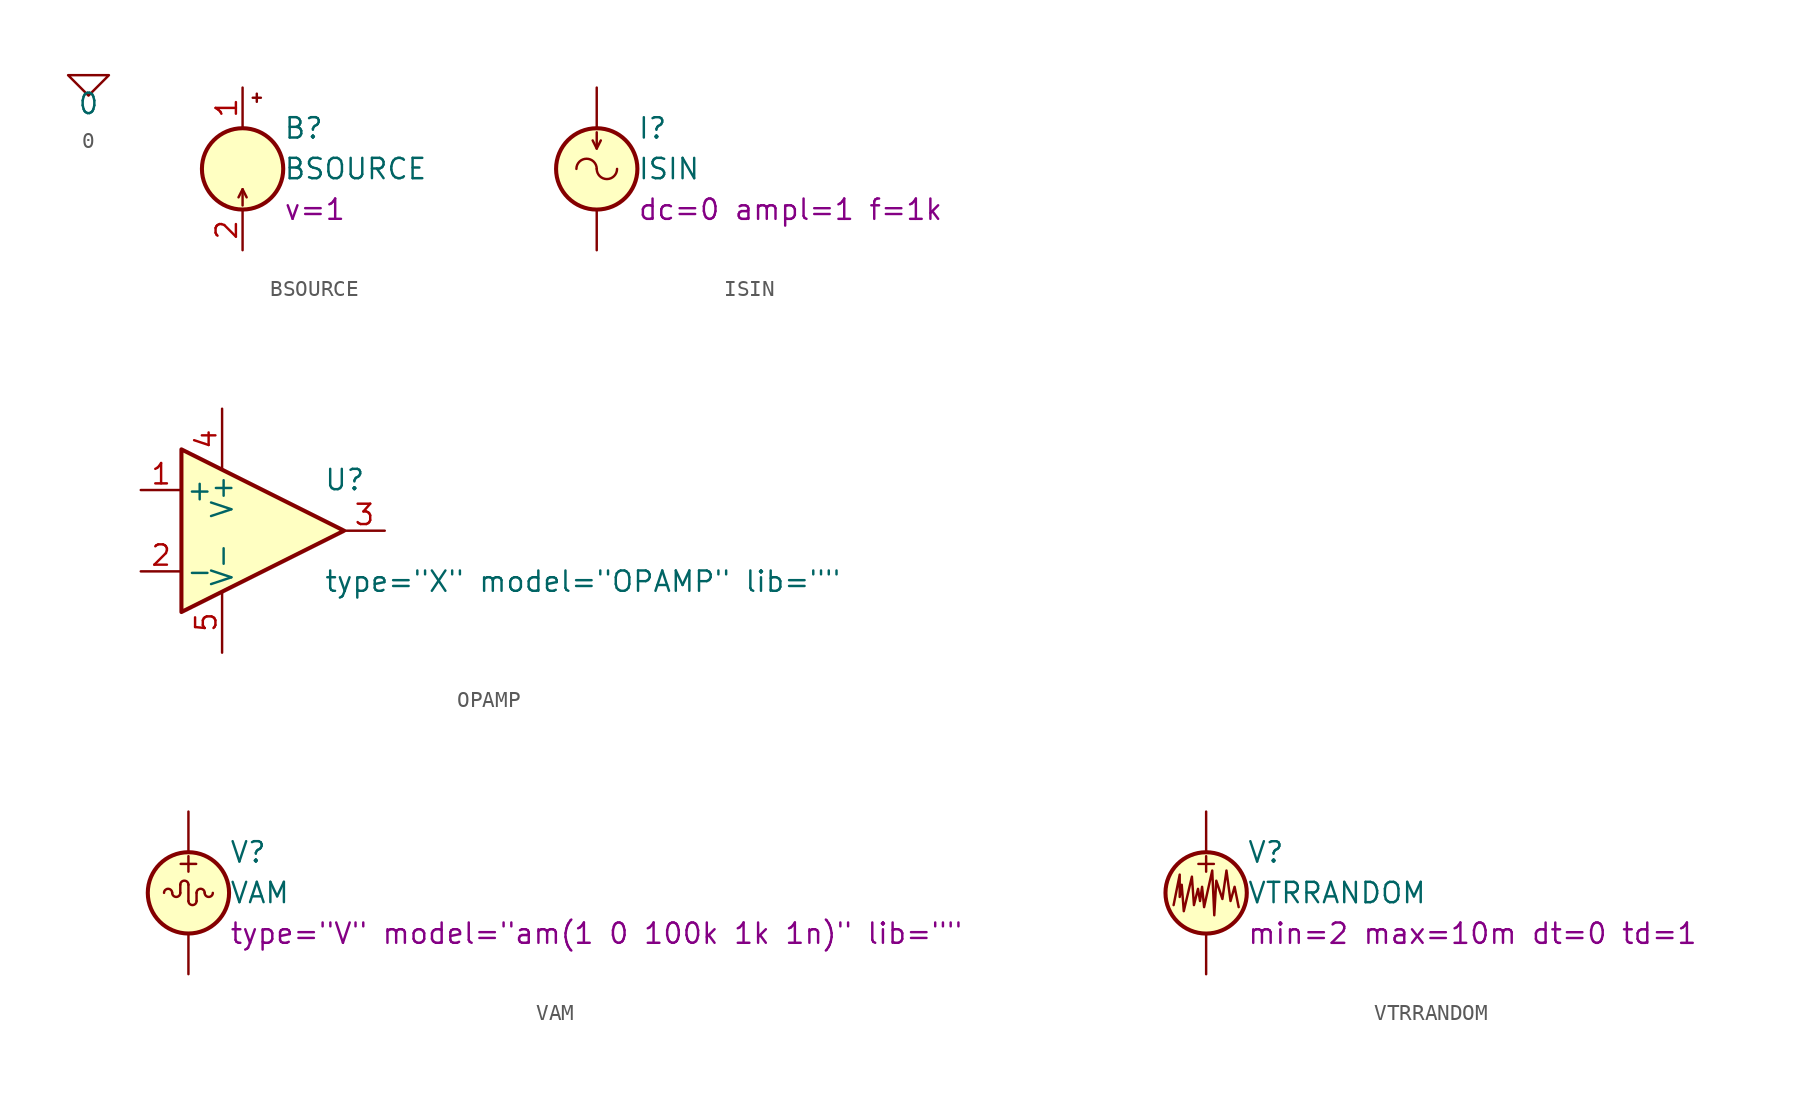
<source format=kicad_sym>
(kicad_symbol_lib
  (version 20220914)
  (generator kicad_symbol_editor)
  (symbol "0"
    (power)
    (pin_names
      (offset 0))
    (property "Reference" "#GND"
      (at 0 -2.54 0)
      (effects (font (size 1.27 1.27)) hide))
    (property "Value" "0"
      (at 0 -1.778 0)
      (effects (font (size 1.27 1.27))))
    (symbol "0_0_1"
      (polyline (pts (xy -1.27 0) (xy 0 -1.27) (xy 1.27 0) (xy -1.27 0)) (stroke (width 0) (type default)) (fill (type none))))
    (symbol "0_1_1"
      (pin power_in line (at 0 0 0) (length 0) hide (name "0" (effects (font (size 1.016 1.016)))) (number "1" (effects (font (size 1.016 1.016)))))))
  (symbol "BSOURCE"
    (pin_names
      (offset 1.016) hide)
    (property "Reference" "B"
      (at 2.54 2.54 0)
      (effects (font (size 1.27 1.27)) (justify left)))
    (property "Value" "BSOURCE"
      (at 2.54 0 0)
      (effects (font (size 1.27 1.27)) (justify left)))
    (property "Sim.Params" "v=1"
      (at 2.54 -2.54 0)
      (effects (font (size 1.27 1.27)) (justify left)))
    (symbol "BSOURCE_0_1"
      (polyline (pts (xy 0 -1.27) (xy 0 -2.286)) (stroke (width 0) (type default)) (fill (type none)))
      (polyline (pts (xy 0.254 -1.778) (xy 0 -1.27) (xy -0.254 -1.778)) (stroke (width 0) (type default)) (fill (type none)))
      (circle (center 0 0) (radius 2.54) (stroke (width 0.254) (type default)) (fill (type background))))
    (symbol "BSOURCE_1_1"
      (polyline (pts (xy 0.635 4.445) (xy 1.143 4.445)) (stroke (width 0) (type default)) (fill (type none)))
      (polyline (pts (xy 0.889 4.699) (xy 0.889 4.191)) (stroke (width 0) (type default)) (fill (type none)))
      (pin passive line (at 0 5.08 270) (length 2.54) (name "N+" (effects (font (size 1.27 1.27)))) (number "1" (effects (font (size 1.27 1.27)))))
      (pin passive line (at 0 -5.08 90) (length 2.54) (name "N-" (effects (font (size 1.27 1.27)))) (number "2" (effects (font (size 1.27 1.27)))))))
  (symbol "ISIN"
    (pin_numbers hide)
    (pin_names
      (offset 0.025))
    (property "Reference" "I"
      (at 2.54 2.54 0)
      (effects (font (size 1.27 1.27)) (justify left)))
    (property "Value" "ISIN"
      (at 2.54 0 0)
      (effects (font (size 1.27 1.27)) (justify left)))
    (property "Sim.Params" "dc=0 ampl=1 f=1k"
      (at 2.54 -2.54 0)
      (effects (font (size 1.27 1.27)) (justify left)))
    (symbol "ISIN_0_0"
      (arc (start 0 0) (mid -0.635 0.6323) (end -1.27 0) (stroke (width 0) (type default)) (fill (type none)))
      (arc (start 0 0) (mid 0.635 -0.6323) (end 1.27 0) (stroke (width 0) (type default)) (fill (type none))))
    (symbol "ISIN_0_1"
      (polyline (pts (xy 0 1.27) (xy 0 2.286)) (stroke (width 0) (type default)) (fill (type none)))
      (polyline (pts (xy -0.254 1.778) (xy 0 1.27) (xy 0.254 1.778)) (stroke (width 0) (type default)) (fill (type none)))
      (circle (center 0 0) (radius 2.54) (stroke (width 0.254) (type default)) (fill (type background))))
    (symbol "ISIN_1_1"
      (pin passive line (at 0 5.08 270) (length 2.54) (name "~" (effects (font (size 1.27 1.27)))) (number "1" (effects (font (size 1.27 1.27)))))
      (pin passive line (at 0 -5.08 90) (length 2.54) (name "~" (effects (font (size 1.27 1.27)))) (number "2" (effects (font (size 1.27 1.27)))))))
  (symbol "OPAMP"
    (pin_names
      (offset 0.254))
    (property "Reference" "U"
      (at 3.81 3.175 0)
      (effects (font (size 1.27 1.27)) (justify left)))
    (property "Value" "${SIM.PARAMS}"
      (at 3.81 -3.175 0)
      (effects (font (size 1.27 1.27)) (justify left)))
    (property "Sim.Params" "type=\"X\" model=\"OPAMP\" lib=\"\""
      (at 0 0 0)
      (effects (font (size 1.27 1.27)) hide))
    (symbol "OPAMP_0_1"
      (polyline (pts (xy 5.08 0) (xy -5.08 5.08) (xy -5.08 -5.08) (xy 5.08 0)) (stroke (width 0.254) (type default)) (fill (type background))))
    (symbol "OPAMP_1_1"
      (pin input line (at -7.62 2.54 0) (length 2.54) (name "+" (effects (font (size 1.27 1.27)))) (number "1" (effects (font (size 1.27 1.27)))))
      (pin input line (at -7.62 -2.54 0) (length 2.54) (name "-" (effects (font (size 1.27 1.27)))) (number "2" (effects (font (size 1.27 1.27)))))
      (pin output line (at 7.62 0 180) (length 2.54) (name "~" (effects (font (size 1.27 1.27)))) (number "3" (effects (font (size 1.27 1.27)))))
      (pin power_in line (at -2.54 7.62 270) (length 3.81) (name "V+" (effects (font (size 1.27 1.27)))) (number "4" (effects (font (size 1.27 1.27)))))
      (pin power_in line (at -2.54 -7.62 90) (length 3.81) (name "V-" (effects (font (size 1.27 1.27)))) (number "5" (effects (font (size 1.27 1.27)))))))
  (symbol "VAM"
    (pin_numbers hide)
    (pin_names
      (offset 0.025))
    (property "Reference" "V"
      (at 2.54 2.54 0)
      (effects (font (size 1.27 1.27)) (justify left)))
    (property "Value" "VAM"
      (at 2.54 0 0)
      (effects (font (size 1.27 1.27)) (justify left)))
    (property "Sim.Params" "type=\"V\" model=\"am(1 0 100k 1k 1n)\" lib=\"\""
      (at 2.54 -2.54 0)
      (effects (font (size 1.27 1.27)) (justify left)))
    (symbol "VAM_0_0"
      (arc (start 0 0.508) (mid -0.254 0.7609) (end -0.508 0.508) (stroke (width 0) (type default)) (fill (type none)))
      (text "+" (at 0 1.905 0) (effects (font (size 1.27 1.27)))))
    (symbol "VAM_0_1"
      (arc (start -1.016 0) (mid -1.27 0.2529) (end -1.524 0) (stroke (width 0) (type default)) (fill (type none)))
      (arc (start -1.016 0) (mid -0.762 -0.2529) (end -0.508 0) (stroke (width 0) (type default)) (fill (type none)))
      (arc (start 0 -0.508) (mid 0.254 -0.7609) (end 0.508 -0.508) (stroke (width 0) (type default)) (fill (type none)))
      (polyline (pts (xy -0.508 0.508) (xy -0.508 0)) (stroke (width 0) (type default)) (fill (type none)))
      (polyline (pts (xy 0 0.508) (xy 0 -0.508)) (stroke (width 0) (type default)) (fill (type none)))
      (polyline (pts (xy 0.508 -0.508) (xy 0.508 0)) (stroke (width 0) (type default)) (fill (type none)))
      (circle (center 0 0) (radius 2.54) (stroke (width 0.254) (type default)) (fill (type background)))
      (arc (start 1.016 0) (mid 0.762 0.2529) (end 0.508 0) (stroke (width 0) (type default)) (fill (type none)))
      (arc (start 1.016 0) (mid 1.27 -0.2529) (end 1.524 0) (stroke (width 0) (type default)) (fill (type none))))
    (symbol "VAM_1_1"
      (pin passive line (at 0 5.08 270) (length 2.54) (name "~" (effects (font (size 1.27 1.27)))) (number "1" (effects (font (size 1.27 1.27)))))
      (pin passive line (at 0 -5.08 90) (length 2.54) (name "~" (effects (font (size 1.27 1.27)))) (number "2" (effects (font (size 1.27 1.27)))))))
  (symbol "VTRRANDOM"
    (pin_numbers hide)
    (pin_names
      (offset 0.025))
    (property "Reference" "V"
      (at 2.54 2.54 0)
      (effects (font (size 1.27 1.27)) (justify left)))
    (property "Value" "VTRRANDOM"
      (at 2.54 0 0)
      (effects (font (size 1.27 1.27)) (justify left)))
    (property "Sim.Params" "min=2 max=10m dt=0 td=1"
      (at 2.54 -2.54 0)
      (effects (font (size 1.27 1.27)) (justify left)))
    (symbol "VTRRANDOM_0_0"
      (text "+" (at 0 1.905 0) (effects (font (size 1.27 1.27)))))
    (symbol "VTRRANDOM_0_1"
      (polyline (pts (xy -2.032 -0.762) (xy -1.651 1.143) (xy -1.651 -0.254) (xy -1.524 0.508) (xy -1.397 -1.143) (xy -0.889 1.016) (xy -0.762 -0.762) (xy -0.508 0.254) (xy -0.381 -0.508) (xy -0.254 0.381) (xy -0.127 -0.889) (xy 0.381 1.397) (xy 0.508 -1.397) (xy 0.635 0.762) (xy 1.016 -0.381) (xy 1.27 1.397) (xy 1.524 -0.508) (xy 1.778 0.381) (xy 2.032 -0.889)) (stroke (width 0) (type default)) (fill (type none)))
      (circle (center 0 0) (radius 2.54) (stroke (width 0.254) (type default)) (fill (type background))))
    (symbol "VTRRANDOM_1_1"
      (pin passive line (at 0 5.08 270) (length 2.54) (name "~" (effects (font (size 1.27 1.27)))) (number "1" (effects (font (size 1.27 1.27)))))
      (pin passive line (at 0 -5.08 90) (length 2.54) (name "~" (effects (font (size 1.27 1.27)))) (number "2" (effects (font (size 1.27 1.27))))))))
</source>
